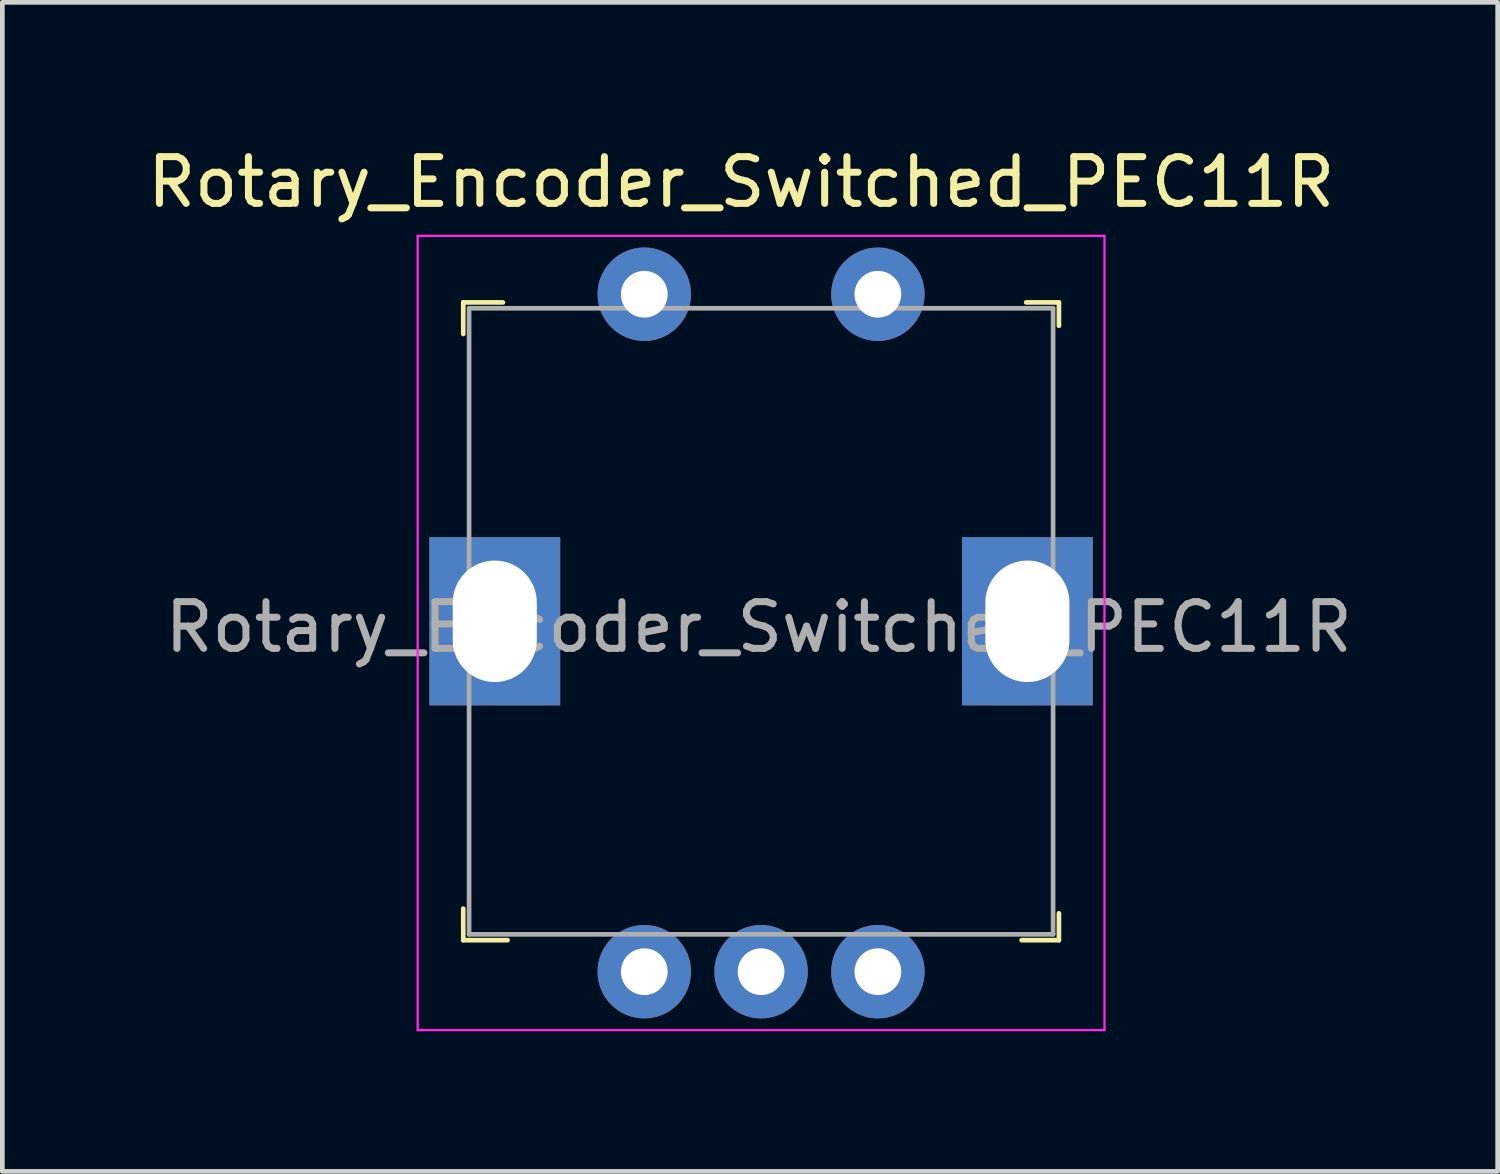
<source format=kicad_pcb>
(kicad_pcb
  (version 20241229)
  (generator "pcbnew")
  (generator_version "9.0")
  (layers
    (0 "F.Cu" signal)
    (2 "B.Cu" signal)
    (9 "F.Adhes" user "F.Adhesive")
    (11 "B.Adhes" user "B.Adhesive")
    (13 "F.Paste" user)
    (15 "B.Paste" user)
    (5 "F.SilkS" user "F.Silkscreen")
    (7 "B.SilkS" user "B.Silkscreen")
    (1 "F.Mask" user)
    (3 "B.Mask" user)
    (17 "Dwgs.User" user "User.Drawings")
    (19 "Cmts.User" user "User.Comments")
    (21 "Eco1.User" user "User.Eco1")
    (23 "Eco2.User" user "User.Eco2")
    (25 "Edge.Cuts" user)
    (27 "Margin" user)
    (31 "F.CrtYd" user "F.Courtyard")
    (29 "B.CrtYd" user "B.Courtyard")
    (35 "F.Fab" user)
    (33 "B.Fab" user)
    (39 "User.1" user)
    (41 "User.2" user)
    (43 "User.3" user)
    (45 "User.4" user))
  (footprint "Rotary_Encoder_Switched_PEC11R"
    (layer "F.Cu")
    (at 7.54 10.248)
    (property "Reference" "Rotary_Encoder_Switched_PEC11R" (at 5.275 -9.4 0) (layer "F.SilkS") (effects (font (size 1 1) (thickness 0.15))))
    (attr through_hole)
    (fp_line (start -0.675 -6.825) (end -0.675 -6.15) (stroke (width 0.1) (type solid)) (layer "F.SilkS"))
    (fp_line (start -0.675 6.825) (end -0.675 6.15) (stroke (width 0.1) (type solid)) (layer "F.SilkS"))
    (fp_line (start 0.175 -6.825) (end -0.675 -6.825) (stroke (width 0.1) (type solid)) (layer "F.SilkS"))
    (fp_line (start 0.275 6.825) (end -0.675 6.825) (stroke (width 0.1) (type solid)) (layer "F.SilkS"))
    (fp_line (start 11.375 -6.825) (end 12.075 -6.825) (stroke (width 0.1) (type solid)) (layer "F.SilkS"))
    (fp_line (start 12.075 -6.825) (end 12.075 -6.325) (stroke (width 0.1) (type solid)) (layer "F.SilkS"))
    (fp_line (start 12.075 6.25) (end 12.075 6.825) (stroke (width 0.1) (type solid)) (layer "F.SilkS"))
    (fp_line (start 12.075 6.825) (end 11.275 6.825) (stroke (width 0.1) (type solid)) (layer "F.SilkS"))
    (fp_line (start -1.65 -8.25) (end 13.05 -8.25) (stroke (width 0.05) (type solid)) (layer "F.CrtYd"))
    (fp_line (start -1.65 8.75) (end -1.65 -8.25) (stroke (width 0.05) (type solid)) (layer "F.CrtYd"))
    (fp_line (start 13.05 -8.25) (end 13.05 8.75) (stroke (width 0.05) (type solid)) (layer "F.CrtYd"))
    (fp_line (start 13.05 8.75) (end -1.65 8.75) (stroke (width 0.05) (type solid)) (layer "F.CrtYd"))
    (fp_line (start -0.55 -6.7) (end -0.55 6.7) (stroke (width 0.1) (type solid)) (layer "F.Fab"))
    (fp_line (start -0.55 -6.7) (end 11.95 -6.7) (stroke (width 0.1) (type solid)) (layer "F.Fab"))
    (fp_line (start -0.55 6.7) (end 11.95 6.7) (stroke (width 0.1) (type solid)) (layer "F.Fab"))
    (fp_line (start 11.95 -6.7) (end 11.95 6.7) (stroke (width 0.1) (type solid)) (layer "F.Fab"))
    (fp_text user "${REFERENCE}" (at 5.65 0.125 0) (layer "F.Fab") (effects (font (size 1 1) (thickness 0.15))))
    (pad "3" thru_hole rect (at 0 0) (size 2.8 3.6) (drill oval 1.8 2.6) (layers "*.Cu" "*.Mask"))
    (pad "3" thru_hole rect (at 11.4 0) (size 2.8 3.6) (drill oval 1.8 2.6) (layers "*.Cu" "*.Mask"))
    (pad "A" thru_hole circle (at 3.2 7.5) (size 2 2) (drill 1) (layers "*.Cu" "*.Mask"))
    (pad "B" thru_hole circle (at 8.2 7.5) (size 2 2) (drill 1) (layers "*.Cu" "*.Mask"))
    (pad "C" thru_hole circle (at 5.7 7.5) (size 2 2) (drill 1) (layers "*.Cu" "*.Mask"))
    (pad "S1" thru_hole circle (at 3.2 -7) (size 2 2) (drill 1) (layers "*.Cu" "*.Mask"))
    (pad "S2" thru_hole circle (at 8.2 -7) (size 2 2) (drill 1) (layers "*.Cu" "*.Mask")))
  (gr_rect
    (start -3 -3)
    (end 29.006 22.023)
    (stroke (width 0.1) (type default))
    (fill no)
    (layer "Edge.Cuts")))
</source>
